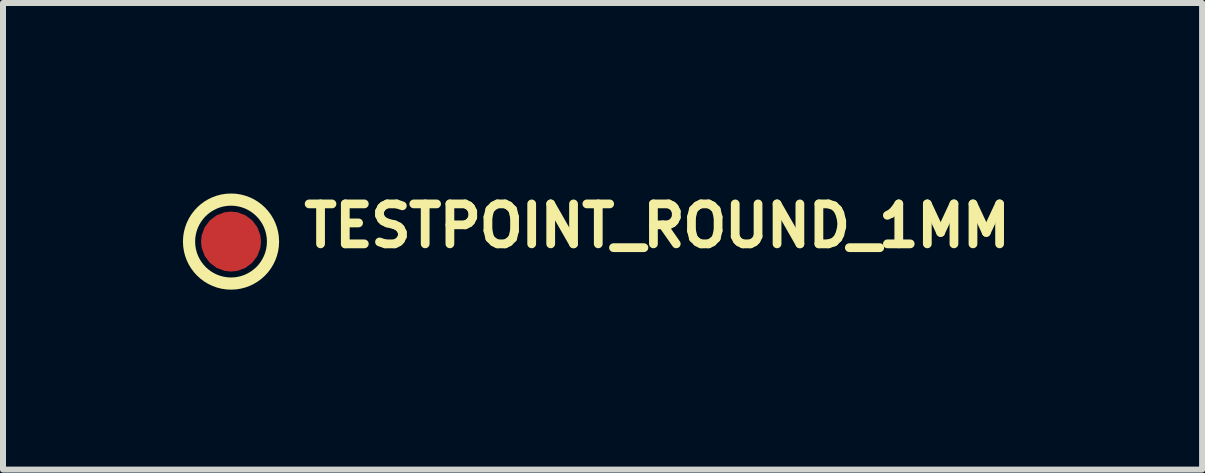
<source format=kicad_pcb>
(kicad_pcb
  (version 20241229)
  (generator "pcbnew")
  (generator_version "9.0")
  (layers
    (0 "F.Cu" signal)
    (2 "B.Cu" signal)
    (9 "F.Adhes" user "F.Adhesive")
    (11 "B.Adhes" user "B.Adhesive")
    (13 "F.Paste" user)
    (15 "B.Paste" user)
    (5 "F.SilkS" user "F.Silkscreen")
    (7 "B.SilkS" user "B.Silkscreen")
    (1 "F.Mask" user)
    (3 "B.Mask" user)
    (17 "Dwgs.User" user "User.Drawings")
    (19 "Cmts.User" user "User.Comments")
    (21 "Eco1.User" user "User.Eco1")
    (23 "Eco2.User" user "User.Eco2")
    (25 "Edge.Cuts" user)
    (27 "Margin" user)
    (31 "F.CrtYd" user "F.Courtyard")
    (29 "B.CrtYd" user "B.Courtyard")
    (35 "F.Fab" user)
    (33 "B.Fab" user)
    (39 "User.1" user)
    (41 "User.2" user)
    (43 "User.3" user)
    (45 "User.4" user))
  (footprint "TESTPOINT_ROUND_1MM"
    (layer "F.Cu")
    (at 0.802 0.978)
    (property "Reference" "TESTPOINT_ROUND_1MM" (at 1.143 0.127 0) (layer "F.SilkS") (effects (font (size 0.666 0.666) (thickness 0.146)) (justify left bottom)))
    (fp_circle (center 0 0) (end 0.7 0) (stroke (width 0.203) (type solid)) (fill no) (layer "F.SilkS"))
    (pad "P$1" smd roundrect (at 0 0) (size 1 1) (layers "F.Cu" "F.Mask") (roundrect_rratio 0.5)))
  (gr_rect
    (start -3 -3)
    (end 16.993 4.78)
    (stroke (width 0.1) (type default))
    (fill no)
    (layer "Edge.Cuts")))
</source>
